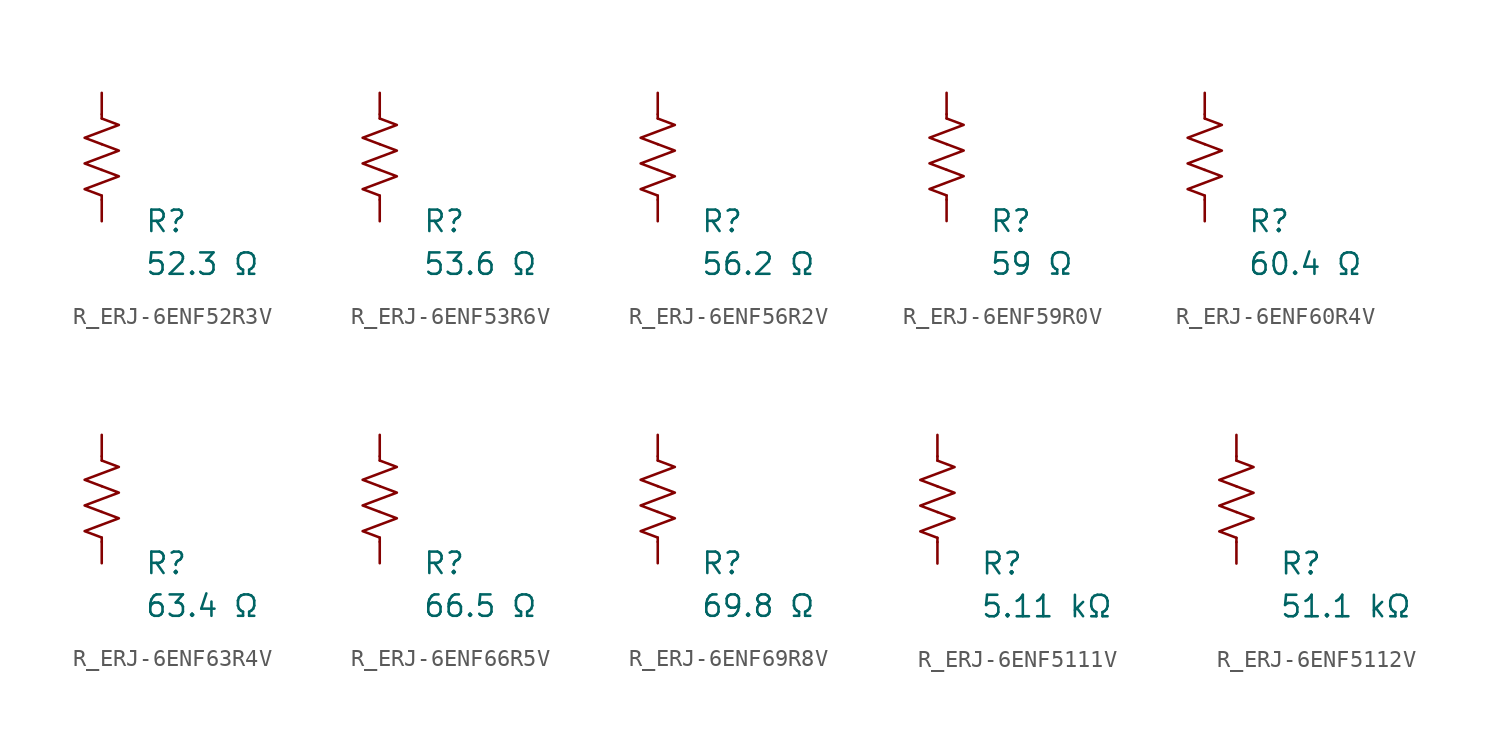
<source format=kicad_sym>
(kicad_symbol_lib
  (version 20231120)
  (generator "kicad_symbol_editor")
  (generator_version "8.0")
  (symbol "R_ERJ-6ENF52R3V"
    (pin_numbers hide)
    (pin_names
      (offset 0))
    (property "Reference" "R"
      (at 2.54 -3.81 0)
      (effects (font (size 1.27 1.27)) (justify left))
      (show_name no))
    (property "Value" "52.3 Ω"
      (at 2.54 -6.35 0)
      (effects (font (size 1.27 1.27)) (justify left))
      (show_name no))
    (symbol "R_ERJ-6ENF52R3V_0_1"
      (polyline (pts (xy 0 -2.286) (xy 0 -2.54)) (stroke (width 0) (type default)) (fill (type none)))
      (polyline (pts (xy 0 2.286) (xy 0 2.54)) (stroke (width 0) (type default)) (fill (type none)))
      (polyline (pts (xy 0 -0.762) (xy 1.016 -1.143) (xy 0 -1.524) (xy -1.016 -1.905) (xy 0 -2.286)) (stroke (width 0) (type default)) (fill (type none)))
      (polyline (pts (xy 0 0.762) (xy 1.016 0.381) (xy 0 0) (xy -1.016 -0.381) (xy 0 -0.762)) (stroke (width 0) (type default)) (fill (type none)))
      (polyline (pts (xy 0 2.286) (xy 1.016 1.905) (xy 0 1.524) (xy -1.016 1.143) (xy 0 0.762)) (stroke (width 0) (type default)) (fill (type none))))
    (symbol "R_ERJ-6ENF52R3V_1_1"
      (pin passive line (at 0 3.81 270) (length 1.27) (name "~" (effects (font (size 1.27 1.27)))) (number "1" (effects (font (size 1.27 1.27)))))
      (pin passive line (at 0 -3.81 90) (length 1.27) (name "~" (effects (font (size 1.27 1.27)))) (number "2" (effects (font (size 1.27 1.27)))))))
  (symbol "R_ERJ-6ENF53R6V"
    (pin_numbers hide)
    (pin_names
      (offset 0))
    (property "Reference" "R"
      (at 2.54 -3.81 0)
      (effects (font (size 1.27 1.27)) (justify left))
      (show_name no))
    (property "Value" "53.6 Ω"
      (at 2.54 -6.35 0)
      (effects (font (size 1.27 1.27)) (justify left))
      (show_name no))
    (symbol "R_ERJ-6ENF53R6V_0_1"
      (polyline (pts (xy 0 -2.286) (xy 0 -2.54)) (stroke (width 0) (type default)) (fill (type none)))
      (polyline (pts (xy 0 2.286) (xy 0 2.54)) (stroke (width 0) (type default)) (fill (type none)))
      (polyline (pts (xy 0 -0.762) (xy 1.016 -1.143) (xy 0 -1.524) (xy -1.016 -1.905) (xy 0 -2.286)) (stroke (width 0) (type default)) (fill (type none)))
      (polyline (pts (xy 0 0.762) (xy 1.016 0.381) (xy 0 0) (xy -1.016 -0.381) (xy 0 -0.762)) (stroke (width 0) (type default)) (fill (type none)))
      (polyline (pts (xy 0 2.286) (xy 1.016 1.905) (xy 0 1.524) (xy -1.016 1.143) (xy 0 0.762)) (stroke (width 0) (type default)) (fill (type none))))
    (symbol "R_ERJ-6ENF53R6V_1_1"
      (pin passive line (at 0 3.81 270) (length 1.27) (name "~" (effects (font (size 1.27 1.27)))) (number "1" (effects (font (size 1.27 1.27)))))
      (pin passive line (at 0 -3.81 90) (length 1.27) (name "~" (effects (font (size 1.27 1.27)))) (number "2" (effects (font (size 1.27 1.27)))))))
  (symbol "R_ERJ-6ENF56R2V"
    (pin_numbers hide)
    (pin_names
      (offset 0))
    (property "Reference" "R"
      (at 2.54 -3.81 0)
      (effects (font (size 1.27 1.27)) (justify left))
      (show_name no))
    (property "Value" "56.2 Ω"
      (at 2.54 -6.35 0)
      (effects (font (size 1.27 1.27)) (justify left))
      (show_name no))
    (symbol "R_ERJ-6ENF56R2V_0_1"
      (polyline (pts (xy 0 -2.286) (xy 0 -2.54)) (stroke (width 0) (type default)) (fill (type none)))
      (polyline (pts (xy 0 2.286) (xy 0 2.54)) (stroke (width 0) (type default)) (fill (type none)))
      (polyline (pts (xy 0 -0.762) (xy 1.016 -1.143) (xy 0 -1.524) (xy -1.016 -1.905) (xy 0 -2.286)) (stroke (width 0) (type default)) (fill (type none)))
      (polyline (pts (xy 0 0.762) (xy 1.016 0.381) (xy 0 0) (xy -1.016 -0.381) (xy 0 -0.762)) (stroke (width 0) (type default)) (fill (type none)))
      (polyline (pts (xy 0 2.286) (xy 1.016 1.905) (xy 0 1.524) (xy -1.016 1.143) (xy 0 0.762)) (stroke (width 0) (type default)) (fill (type none))))
    (symbol "R_ERJ-6ENF56R2V_1_1"
      (pin passive line (at 0 3.81 270) (length 1.27) (name "~" (effects (font (size 1.27 1.27)))) (number "1" (effects (font (size 1.27 1.27)))))
      (pin passive line (at 0 -3.81 90) (length 1.27) (name "~" (effects (font (size 1.27 1.27)))) (number "2" (effects (font (size 1.27 1.27)))))))
  (symbol "R_ERJ-6ENF59R0V"
    (pin_numbers hide)
    (pin_names
      (offset 0))
    (property "Reference" "R"
      (at 2.54 -3.81 0)
      (effects (font (size 1.27 1.27)) (justify left))
      (show_name no))
    (property "Value" "59 Ω"
      (at 2.54 -6.35 0)
      (effects (font (size 1.27 1.27)) (justify left))
      (show_name no))
    (symbol "R_ERJ-6ENF59R0V_0_1"
      (polyline (pts (xy 0 -2.286) (xy 0 -2.54)) (stroke (width 0) (type default)) (fill (type none)))
      (polyline (pts (xy 0 2.286) (xy 0 2.54)) (stroke (width 0) (type default)) (fill (type none)))
      (polyline (pts (xy 0 -0.762) (xy 1.016 -1.143) (xy 0 -1.524) (xy -1.016 -1.905) (xy 0 -2.286)) (stroke (width 0) (type default)) (fill (type none)))
      (polyline (pts (xy 0 0.762) (xy 1.016 0.381) (xy 0 0) (xy -1.016 -0.381) (xy 0 -0.762)) (stroke (width 0) (type default)) (fill (type none)))
      (polyline (pts (xy 0 2.286) (xy 1.016 1.905) (xy 0 1.524) (xy -1.016 1.143) (xy 0 0.762)) (stroke (width 0) (type default)) (fill (type none))))
    (symbol "R_ERJ-6ENF59R0V_1_1"
      (pin passive line (at 0 3.81 270) (length 1.27) (name "~" (effects (font (size 1.27 1.27)))) (number "1" (effects (font (size 1.27 1.27)))))
      (pin passive line (at 0 -3.81 90) (length 1.27) (name "~" (effects (font (size 1.27 1.27)))) (number "2" (effects (font (size 1.27 1.27)))))))
  (symbol "R_ERJ-6ENF60R4V"
    (pin_numbers hide)
    (pin_names
      (offset 0))
    (property "Reference" "R"
      (at 2.54 -3.81 0)
      (effects (font (size 1.27 1.27)) (justify left))
      (show_name no))
    (property "Value" "60.4 Ω"
      (at 2.54 -6.35 0)
      (effects (font (size 1.27 1.27)) (justify left))
      (show_name no))
    (symbol "R_ERJ-6ENF60R4V_0_1"
      (polyline (pts (xy 0 -2.286) (xy 0 -2.54)) (stroke (width 0) (type default)) (fill (type none)))
      (polyline (pts (xy 0 2.286) (xy 0 2.54)) (stroke (width 0) (type default)) (fill (type none)))
      (polyline (pts (xy 0 -0.762) (xy 1.016 -1.143) (xy 0 -1.524) (xy -1.016 -1.905) (xy 0 -2.286)) (stroke (width 0) (type default)) (fill (type none)))
      (polyline (pts (xy 0 0.762) (xy 1.016 0.381) (xy 0 0) (xy -1.016 -0.381) (xy 0 -0.762)) (stroke (width 0) (type default)) (fill (type none)))
      (polyline (pts (xy 0 2.286) (xy 1.016 1.905) (xy 0 1.524) (xy -1.016 1.143) (xy 0 0.762)) (stroke (width 0) (type default)) (fill (type none))))
    (symbol "R_ERJ-6ENF60R4V_1_1"
      (pin passive line (at 0 3.81 270) (length 1.27) (name "~" (effects (font (size 1.27 1.27)))) (number "1" (effects (font (size 1.27 1.27)))))
      (pin passive line (at 0 -3.81 90) (length 1.27) (name "~" (effects (font (size 1.27 1.27)))) (number "2" (effects (font (size 1.27 1.27)))))))
  (symbol "R_ERJ-6ENF63R4V"
    (pin_numbers hide)
    (pin_names
      (offset 0))
    (property "Reference" "R"
      (at 2.54 -3.81 0)
      (effects (font (size 1.27 1.27)) (justify left))
      (show_name no))
    (property "Value" "63.4 Ω"
      (at 2.54 -6.35 0)
      (effects (font (size 1.27 1.27)) (justify left))
      (show_name no))
    (symbol "R_ERJ-6ENF63R4V_0_1"
      (polyline (pts (xy 0 -2.286) (xy 0 -2.54)) (stroke (width 0) (type default)) (fill (type none)))
      (polyline (pts (xy 0 2.286) (xy 0 2.54)) (stroke (width 0) (type default)) (fill (type none)))
      (polyline (pts (xy 0 -0.762) (xy 1.016 -1.143) (xy 0 -1.524) (xy -1.016 -1.905) (xy 0 -2.286)) (stroke (width 0) (type default)) (fill (type none)))
      (polyline (pts (xy 0 0.762) (xy 1.016 0.381) (xy 0 0) (xy -1.016 -0.381) (xy 0 -0.762)) (stroke (width 0) (type default)) (fill (type none)))
      (polyline (pts (xy 0 2.286) (xy 1.016 1.905) (xy 0 1.524) (xy -1.016 1.143) (xy 0 0.762)) (stroke (width 0) (type default)) (fill (type none))))
    (symbol "R_ERJ-6ENF63R4V_1_1"
      (pin passive line (at 0 3.81 270) (length 1.27) (name "~" (effects (font (size 1.27 1.27)))) (number "1" (effects (font (size 1.27 1.27)))))
      (pin passive line (at 0 -3.81 90) (length 1.27) (name "~" (effects (font (size 1.27 1.27)))) (number "2" (effects (font (size 1.27 1.27)))))))
  (symbol "R_ERJ-6ENF66R5V"
    (pin_numbers hide)
    (pin_names
      (offset 0))
    (property "Reference" "R"
      (at 2.54 -3.81 0)
      (effects (font (size 1.27 1.27)) (justify left))
      (show_name no))
    (property "Value" "66.5 Ω"
      (at 2.54 -6.35 0)
      (effects (font (size 1.27 1.27)) (justify left))
      (show_name no))
    (symbol "R_ERJ-6ENF66R5V_0_1"
      (polyline (pts (xy 0 -2.286) (xy 0 -2.54)) (stroke (width 0) (type default)) (fill (type none)))
      (polyline (pts (xy 0 2.286) (xy 0 2.54)) (stroke (width 0) (type default)) (fill (type none)))
      (polyline (pts (xy 0 -0.762) (xy 1.016 -1.143) (xy 0 -1.524) (xy -1.016 -1.905) (xy 0 -2.286)) (stroke (width 0) (type default)) (fill (type none)))
      (polyline (pts (xy 0 0.762) (xy 1.016 0.381) (xy 0 0) (xy -1.016 -0.381) (xy 0 -0.762)) (stroke (width 0) (type default)) (fill (type none)))
      (polyline (pts (xy 0 2.286) (xy 1.016 1.905) (xy 0 1.524) (xy -1.016 1.143) (xy 0 0.762)) (stroke (width 0) (type default)) (fill (type none))))
    (symbol "R_ERJ-6ENF66R5V_1_1"
      (pin passive line (at 0 3.81 270) (length 1.27) (name "~" (effects (font (size 1.27 1.27)))) (number "1" (effects (font (size 1.27 1.27)))))
      (pin passive line (at 0 -3.81 90) (length 1.27) (name "~" (effects (font (size 1.27 1.27)))) (number "2" (effects (font (size 1.27 1.27)))))))
  (symbol "R_ERJ-6ENF69R8V"
    (pin_numbers hide)
    (pin_names
      (offset 0))
    (property "Reference" "R"
      (at 2.54 -3.81 0)
      (effects (font (size 1.27 1.27)) (justify left))
      (show_name no))
    (property "Value" "69.8 Ω"
      (at 2.54 -6.35 0)
      (effects (font (size 1.27 1.27)) (justify left))
      (show_name no))
    (symbol "R_ERJ-6ENF69R8V_0_1"
      (polyline (pts (xy 0 -2.286) (xy 0 -2.54)) (stroke (width 0) (type default)) (fill (type none)))
      (polyline (pts (xy 0 2.286) (xy 0 2.54)) (stroke (width 0) (type default)) (fill (type none)))
      (polyline (pts (xy 0 -0.762) (xy 1.016 -1.143) (xy 0 -1.524) (xy -1.016 -1.905) (xy 0 -2.286)) (stroke (width 0) (type default)) (fill (type none)))
      (polyline (pts (xy 0 0.762) (xy 1.016 0.381) (xy 0 0) (xy -1.016 -0.381) (xy 0 -0.762)) (stroke (width 0) (type default)) (fill (type none)))
      (polyline (pts (xy 0 2.286) (xy 1.016 1.905) (xy 0 1.524) (xy -1.016 1.143) (xy 0 0.762)) (stroke (width 0) (type default)) (fill (type none))))
    (symbol "R_ERJ-6ENF69R8V_1_1"
      (pin passive line (at 0 3.81 270) (length 1.27) (name "~" (effects (font (size 1.27 1.27)))) (number "1" (effects (font (size 1.27 1.27)))))
      (pin passive line (at 0 -3.81 90) (length 1.27) (name "~" (effects (font (size 1.27 1.27)))) (number "2" (effects (font (size 1.27 1.27)))))))
  (symbol "R_ERJ-6ENF5111V"
    (pin_numbers hide)
    (pin_names
      (offset 0))
    (property "Reference" "R"
      (at 2.54 -3.81 0)
      (effects (font (size 1.27 1.27)) (justify left))
      (show_name no))
    (property "Value" "5.11 kΩ"
      (at 2.54 -6.35 0)
      (effects (font (size 1.27 1.27)) (justify left))
      (show_name no))
    (symbol "R_ERJ-6ENF5111V_0_1"
      (polyline (pts (xy 0 -2.286) (xy 0 -2.54)) (stroke (width 0) (type default)) (fill (type none)))
      (polyline (pts (xy 0 2.286) (xy 0 2.54)) (stroke (width 0) (type default)) (fill (type none)))
      (polyline (pts (xy 0 -0.762) (xy 1.016 -1.143) (xy 0 -1.524) (xy -1.016 -1.905) (xy 0 -2.286)) (stroke (width 0) (type default)) (fill (type none)))
      (polyline (pts (xy 0 0.762) (xy 1.016 0.381) (xy 0 0) (xy -1.016 -0.381) (xy 0 -0.762)) (stroke (width 0) (type default)) (fill (type none)))
      (polyline (pts (xy 0 2.286) (xy 1.016 1.905) (xy 0 1.524) (xy -1.016 1.143) (xy 0 0.762)) (stroke (width 0) (type default)) (fill (type none))))
    (symbol "R_ERJ-6ENF5111V_1_1"
      (pin passive line (at 0 3.81 270) (length 1.27) (name "~" (effects (font (size 1.27 1.27)))) (number "1" (effects (font (size 1.27 1.27)))))
      (pin passive line (at 0 -3.81 90) (length 1.27) (name "~" (effects (font (size 1.27 1.27)))) (number "2" (effects (font (size 1.27 1.27)))))))
  (symbol "R_ERJ-6ENF5112V"
    (pin_numbers hide)
    (pin_names
      (offset 0))
    (property "Reference" "R"
      (at 2.54 -3.81 0)
      (effects (font (size 1.27 1.27)) (justify left))
      (show_name no))
    (property "Value" "51.1 kΩ"
      (at 2.54 -6.35 0)
      (effects (font (size 1.27 1.27)) (justify left))
      (show_name no))
    (symbol "R_ERJ-6ENF5112V_0_1"
      (polyline (pts (xy 0 -2.286) (xy 0 -2.54)) (stroke (width 0) (type default)) (fill (type none)))
      (polyline (pts (xy 0 2.286) (xy 0 2.54)) (stroke (width 0) (type default)) (fill (type none)))
      (polyline (pts (xy 0 -0.762) (xy 1.016 -1.143) (xy 0 -1.524) (xy -1.016 -1.905) (xy 0 -2.286)) (stroke (width 0) (type default)) (fill (type none)))
      (polyline (pts (xy 0 0.762) (xy 1.016 0.381) (xy 0 0) (xy -1.016 -0.381) (xy 0 -0.762)) (stroke (width 0) (type default)) (fill (type none)))
      (polyline (pts (xy 0 2.286) (xy 1.016 1.905) (xy 0 1.524) (xy -1.016 1.143) (xy 0 0.762)) (stroke (width 0) (type default)) (fill (type none))))
    (symbol "R_ERJ-6ENF5112V_1_1"
      (pin passive line (at 0 3.81 270) (length 1.27) (name "~" (effects (font (size 1.27 1.27)))) (number "1" (effects (font (size 1.27 1.27)))))
      (pin passive line (at 0 -3.81 90) (length 1.27) (name "~" (effects (font (size 1.27 1.27)))) (number "2" (effects (font (size 1.27 1.27))))))))
</source>
